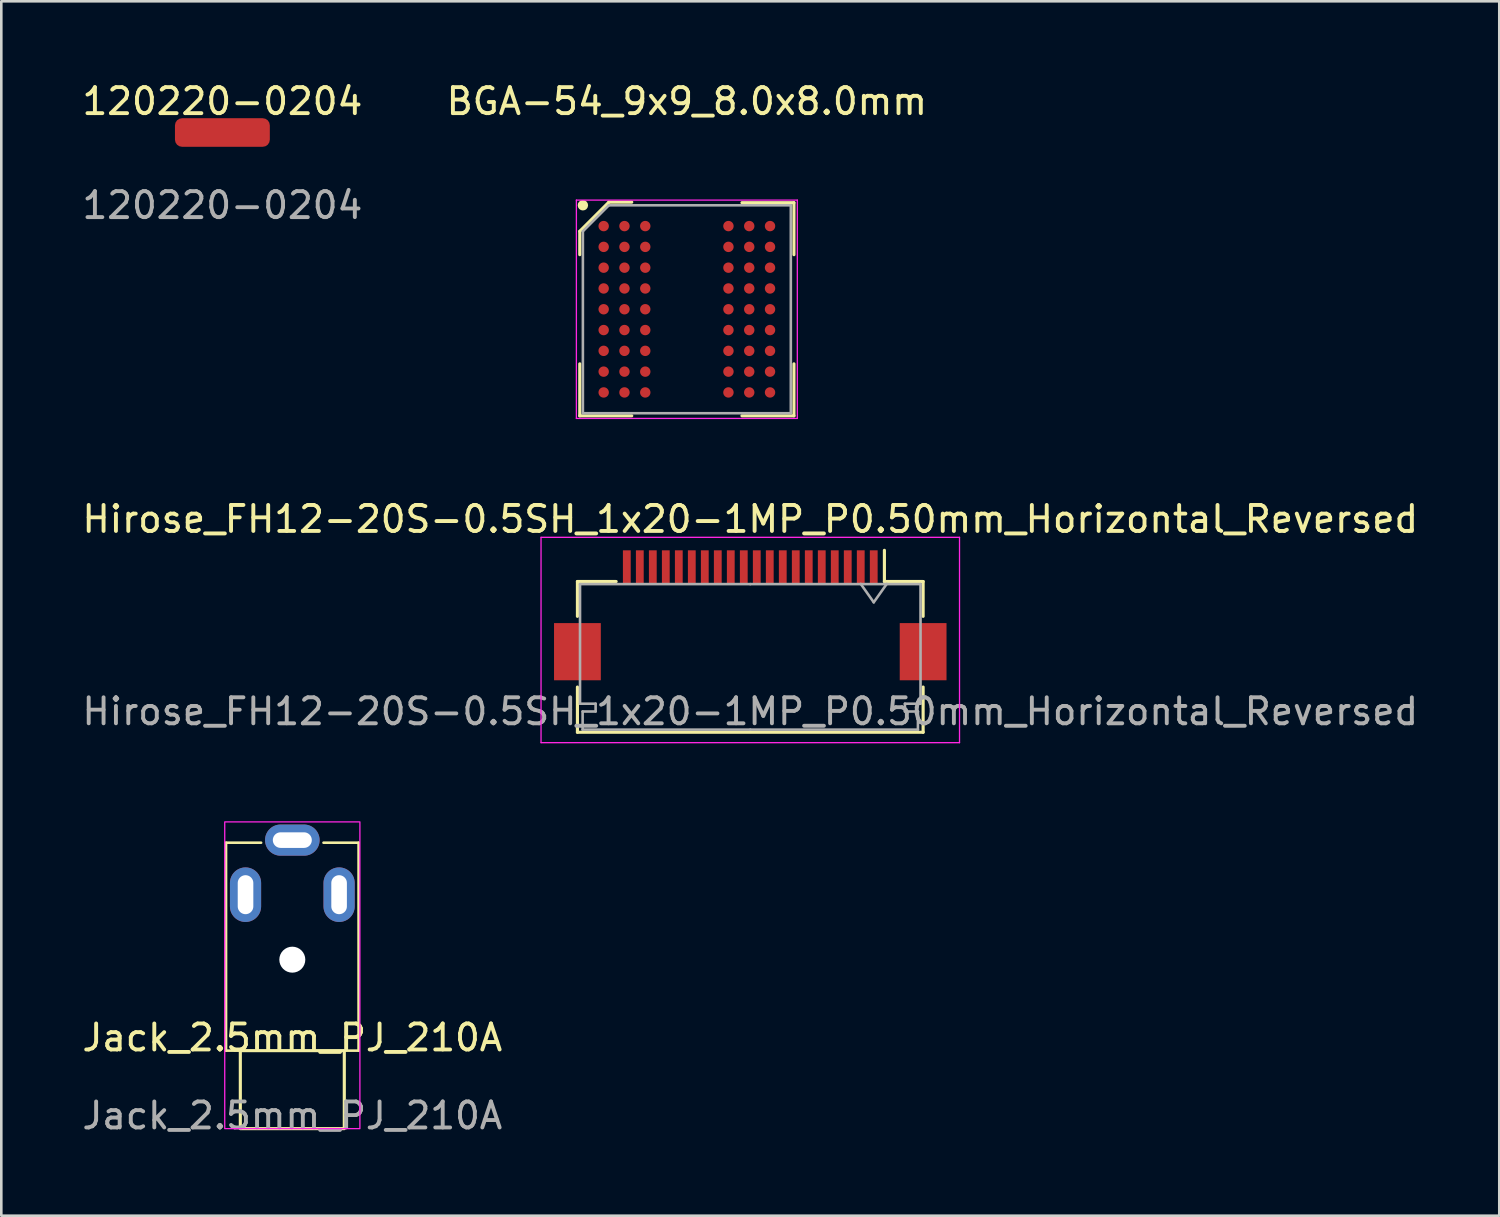
<source format=kicad_pcb>
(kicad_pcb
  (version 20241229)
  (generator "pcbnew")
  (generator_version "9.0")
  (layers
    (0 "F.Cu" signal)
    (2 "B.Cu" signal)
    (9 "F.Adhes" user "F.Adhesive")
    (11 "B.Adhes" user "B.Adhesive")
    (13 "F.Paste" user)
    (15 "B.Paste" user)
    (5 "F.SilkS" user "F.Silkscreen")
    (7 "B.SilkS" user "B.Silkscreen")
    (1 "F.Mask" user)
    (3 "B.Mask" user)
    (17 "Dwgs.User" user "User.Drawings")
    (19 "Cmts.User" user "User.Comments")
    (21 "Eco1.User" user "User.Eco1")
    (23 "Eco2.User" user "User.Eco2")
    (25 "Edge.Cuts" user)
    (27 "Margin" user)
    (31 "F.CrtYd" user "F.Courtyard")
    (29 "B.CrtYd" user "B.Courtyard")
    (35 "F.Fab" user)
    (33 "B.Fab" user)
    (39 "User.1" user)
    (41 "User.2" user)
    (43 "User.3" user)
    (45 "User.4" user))
  (footprint "120220-0204"
    (layer "F.Cu")
    (at 5.506 2.048)
    (property "Reference" "120220-0204" (at 0 -1.2 0) (unlocked yes) (layer "F.SilkS") (effects (font (size 1 1) (thickness 0.15))))
    (attr smd)
    (fp_text user "${REFERENCE}" (at 0 2.8 0) (unlocked yes) (layer "F.Fab") (effects (font (size 1 1) (thickness 0.15))))
    (pad "1" smd roundrect (at 0 0) (size 3.65 1.1) (layers "F.Cu" "F.Mask" "F.Paste") (roundrect_rratio 0.25)))
  (footprint "Jack_2.5mm_PJ_210A"
    (layer "F.Cu")
    (at 8.196 37.371)
    (property "Reference" "Jack_2.5mm_PJ_210A" (at 0 -0.5 0) (unlocked yes) (layer "F.SilkS") (effects (font (size 1 1) (thickness 0.15))))
    (attr through_hole)
    (fp_line (start -2.55 -8) (end -2.55 0) (stroke (width 0.1) (type default)) (layer "F.SilkS"))
    (fp_line (start -2.55 -8) (end -1.2 -8) (stroke (width 0.1) (type default)) (layer "F.SilkS"))
    (fp_line (start -2.55 0) (end -2 0) (stroke (width 0.1) (type default)) (layer "F.SilkS"))
    (fp_line (start 1.2 -8) (end 2.55 -8) (stroke (width 0.1) (type default)) (layer "F.SilkS"))
    (fp_line (start 2.55 -8) (end 2.55 0) (stroke (width 0.1) (type default)) (layer "F.SilkS"))
    (fp_line (start 2.55 0) (end 2 0) (stroke (width 0.1) (type default)) (layer "F.SilkS"))
    (fp_rect (start -2 0) (end 2 3) (stroke (width 0.12) (type solid)) (fill no) (layer "F.SilkS"))
    (fp_rect (start -2.6 -8.8) (end 2.6 3) (stroke (width 0.05) (type default)) (fill no) (layer "F.CrtYd"))
    (fp_text user "${REFERENCE}" (at 0 2.5 0) (unlocked yes) (layer "F.Fab") (effects (font (size 1 1) (thickness 0.15))))
    (pad "" np_thru_hole circle (at 0 -3.5) (size 1 1) (drill 1) (layers "*.Cu" "*.Mask"))
    (pad "S" thru_hole oval (at -1.8 -6) (size 1.2 2.1) (drill oval 0.6 1.5) (layers "*.Cu" "*.Mask"))
    (pad "S" thru_hole oval (at 1.8 -6) (size 1.2 2.1) (drill oval 0.6 1.5) (layers "*.Cu" "*.Mask"))
    (pad "T" thru_hole oval (at 0 -8.1 270) (size 1.2 2.1) (drill oval 0.6 1.5) (layers "*.Cu" "*.Mask")))
  (footprint "Hirose_FH12-20S-0.5SH_1x20-1MP_P0.50mm_Horizontal_Reversed"
    (layer "F.Cu")
    (at 25.815 20.622)
    (property "Reference" "Hirose_FH12-20S-0.5SH_1x20-1MP_P0.50mm_Horizontal_Reversed" (at 0 -3.7 0) (layer "F.SilkS") (effects (font (size 1 1) (thickness 0.15))))
    (attr smd)
    (fp_line (start -6.65 -1.3) (end -6.65 0.04) (stroke (width 0.12) (type solid)) (layer "F.SilkS"))
    (fp_line (start -6.65 2.76) (end -6.65 4.5) (stroke (width 0.12) (type solid)) (layer "F.SilkS"))
    (fp_line (start -6.65 4.5) (end 6.65 4.5) (stroke (width 0.12) (type solid)) (layer "F.SilkS"))
    (fp_line (start -5.16 -1.3) (end -6.65 -1.3) (stroke (width 0.12) (type solid)) (layer "F.SilkS"))
    (fp_line (start 5.16 -1.3) (end 5.16 -2.5) (stroke (width 0.12) (type solid)) (layer "F.SilkS"))
    (fp_line (start 5.16 -1.3) (end 6.65 -1.3) (stroke (width 0.12) (type solid)) (layer "F.SilkS"))
    (fp_line (start 6.65 -1.3) (end 6.65 0.04) (stroke (width 0.12) (type solid)) (layer "F.SilkS"))
    (fp_line (start 6.65 4.5) (end 6.65 2.76) (stroke (width 0.12) (type solid)) (layer "F.SilkS"))
    (fp_line (start -8.05 -3) (end -8.05 4.9) (stroke (width 0.05) (type solid)) (layer "F.CrtYd"))
    (fp_line (start -8.05 4.9) (end 8.05 4.9) (stroke (width 0.05) (type solid)) (layer "F.CrtYd"))
    (fp_line (start 8.05 -3) (end -8.05 -3) (stroke (width 0.05) (type solid)) (layer "F.CrtYd"))
    (fp_line (start 8.05 4.9) (end 8.05 -3) (stroke (width 0.05) (type solid)) (layer "F.CrtYd"))
    (fp_line (start -6.55 -1.2) (end -6.55 3.4) (stroke (width 0.1) (type solid)) (layer "F.Fab"))
    (fp_line (start -6.55 3.4) (end -5.95 3.4) (stroke (width 0.1) (type solid)) (layer "F.Fab"))
    (fp_line (start -6.45 3.7) (end -6.45 4.4) (stroke (width 0.1) (type solid)) (layer "F.Fab"))
    (fp_line (start -6.45 4.4) (end 0 4.4) (stroke (width 0.1) (type solid)) (layer "F.Fab"))
    (fp_line (start -5.95 3.4) (end -5.95 3.7) (stroke (width 0.1) (type solid)) (layer "F.Fab"))
    (fp_line (start -5.95 3.7) (end -6.45 3.7) (stroke (width 0.1) (type solid)) (layer "F.Fab"))
    (fp_line (start 0 -1.2) (end -6.55 -1.2) (stroke (width 0.1) (type solid)) (layer "F.Fab"))
    (fp_line (start 0 -1.2) (end 6.55 -1.2) (stroke (width 0.1) (type solid)) (layer "F.Fab"))
    (fp_line (start 4.25 -1.207) (end 4.75 -0.5) (stroke (width 0.1) (type solid)) (layer "F.Fab"))
    (fp_line (start 4.75 -0.5) (end 5.25 -1.207) (stroke (width 0.1) (type solid)) (layer "F.Fab"))
    (fp_line (start 5.95 3.4) (end 5.95 3.7) (stroke (width 0.1) (type solid)) (layer "F.Fab"))
    (fp_line (start 5.95 3.7) (end 6.45 3.7) (stroke (width 0.1) (type solid)) (layer "F.Fab"))
    (fp_line (start 6.45 3.7) (end 6.45 4.4) (stroke (width 0.1) (type solid)) (layer "F.Fab"))
    (fp_line (start 6.45 4.4) (end 0 4.4) (stroke (width 0.1) (type solid)) (layer "F.Fab"))
    (fp_line (start 6.55 -1.2) (end 6.55 3.4) (stroke (width 0.1) (type solid)) (layer "F.Fab"))
    (fp_line (start 6.55 3.4) (end 5.95 3.4) (stroke (width 0.1) (type solid)) (layer "F.Fab"))
    (fp_text user "${REFERENCE}" (at 0 3.7 0) (layer "F.Fab") (effects (font (size 1 1) (thickness 0.15))))
    (pad "1" smd rect (at 4.75 -1.85) (size 0.3 1.3) (layers "F.Cu" "F.Mask" "F.Paste"))
    (pad "2" smd rect (at 4.25 -1.85) (size 0.3 1.3) (layers "F.Cu" "F.Mask" "F.Paste"))
    (pad "3" smd rect (at 3.75 -1.85) (size 0.3 1.3) (layers "F.Cu" "F.Mask" "F.Paste"))
    (pad "4" smd rect (at 3.25 -1.85) (size 0.3 1.3) (layers "F.Cu" "F.Mask" "F.Paste"))
    (pad "5" smd rect (at 2.75 -1.85) (size 0.3 1.3) (layers "F.Cu" "F.Mask" "F.Paste"))
    (pad "6" smd rect (at 2.25 -1.85) (size 0.3 1.3) (layers "F.Cu" "F.Mask" "F.Paste"))
    (pad "7" smd rect (at 1.75 -1.85) (size 0.3 1.3) (layers "F.Cu" "F.Mask" "F.Paste"))
    (pad "8" smd rect (at 1.25 -1.85) (size 0.3 1.3) (layers "F.Cu" "F.Mask" "F.Paste"))
    (pad "9" smd rect (at 0.75 -1.85) (size 0.3 1.3) (layers "F.Cu" "F.Mask" "F.Paste"))
    (pad "10" smd rect (at 0.25 -1.85) (size 0.3 1.3) (layers "F.Cu" "F.Mask" "F.Paste"))
    (pad "11" smd rect (at -0.25 -1.85) (size 0.3 1.3) (layers "F.Cu" "F.Mask" "F.Paste"))
    (pad "12" smd rect (at -0.75 -1.85) (size 0.3 1.3) (layers "F.Cu" "F.Mask" "F.Paste"))
    (pad "13" smd rect (at -1.25 -1.85) (size 0.3 1.3) (layers "F.Cu" "F.Mask" "F.Paste"))
    (pad "14" smd rect (at -1.75 -1.85) (size 0.3 1.3) (layers "F.Cu" "F.Mask" "F.Paste"))
    (pad "15" smd rect (at -2.25 -1.85) (size 0.3 1.3) (layers "F.Cu" "F.Mask" "F.Paste"))
    (pad "16" smd rect (at -2.75 -1.85) (size 0.3 1.3) (layers "F.Cu" "F.Mask" "F.Paste"))
    (pad "17" smd rect (at -3.25 -1.85) (size 0.3 1.3) (layers "F.Cu" "F.Mask" "F.Paste"))
    (pad "18" smd rect (at -3.75 -1.85) (size 0.3 1.3) (layers "F.Cu" "F.Mask" "F.Paste"))
    (pad "19" smd rect (at -4.25 -1.85) (size 0.3 1.3) (layers "F.Cu" "F.Mask" "F.Paste"))
    (pad "20" smd rect (at -4.75 -1.85) (size 0.3 1.3) (layers "F.Cu" "F.Mask" "F.Paste"))
    (pad "MP" smd rect (at -6.65 1.4) (size 1.8 2.2) (layers "F.Cu" "F.Mask" "F.Paste"))
    (pad "MP" smd rect (at 6.65 1.4) (size 1.8 2.2) (layers "F.Cu" "F.Mask" "F.Paste")))
  (footprint "BGA-54_9x9_8.0x8.0mm"
    (layer "F.Cu")
    (at 23.375 8.848)
    (property "Reference" "BGA-54_9x9_8.0x8.0mm" (at 0 -8 0) (layer "F.SilkS") (effects (font (size 1 1) (thickness 0.15))))
    (attr smd)
    (fp_line (start -4.12 -3) (end -4.12 -2.1) (stroke (width 0.12) (type solid)) (layer "F.SilkS"))
    (fp_line (start -4.12 4.1) (end -4.12 2.1) (stroke (width 0.12) (type solid)) (layer "F.SilkS"))
    (fp_line (start -3 -4.12) (end -4.12 -3) (stroke (width 0.12) (type solid)) (layer "F.SilkS"))
    (fp_line (start -2.12 -4.12) (end -3 -4.12) (stroke (width 0.12) (type solid)) (layer "F.SilkS"))
    (fp_line (start -2.12 4.1) (end -4.12 4.1) (stroke (width 0.12) (type solid)) (layer "F.SilkS"))
    (fp_line (start 2.12 -4.1) (end 4.12 -4.1) (stroke (width 0.12) (type solid)) (layer "F.SilkS"))
    (fp_line (start 2.12 4.1) (end 4.12 4.1) (stroke (width 0.12) (type solid)) (layer "F.SilkS"))
    (fp_line (start 4.12 -4.1) (end 4.12 -2.1) (stroke (width 0.12) (type solid)) (layer "F.SilkS"))
    (fp_line (start 4.12 4.1) (end 4.12 2.1) (stroke (width 0.12) (type solid)) (layer "F.SilkS"))
    (fp_circle (center -4 -4) (end -4 -3.9) (stroke (width 0.2) (type solid)) (fill no) (layer "F.SilkS"))
    (fp_line (start -4.25 -4.2) (end 4.25 -4.2) (stroke (width 0.05) (type solid)) (layer "F.CrtYd"))
    (fp_line (start -4.25 4.2) (end -4.25 -4.2) (stroke (width 0.05) (type solid)) (layer "F.CrtYd"))
    (fp_line (start 4.25 -4.2) (end 4.25 4.2) (stroke (width 0.05) (type solid)) (layer "F.CrtYd"))
    (fp_line (start 4.25 4.2) (end -4.25 4.2) (stroke (width 0.05) (type solid)) (layer "F.CrtYd"))
    (fp_line (start -4 -3) (end -4 4) (stroke (width 0.1) (type solid)) (layer "F.Fab"))
    (fp_line (start -4 4) (end 4 4) (stroke (width 0.1) (type solid)) (layer "F.Fab"))
    (fp_line (start -3 -4) (end -4 -3) (stroke (width 0.1) (type solid)) (layer "F.Fab"))
    (fp_line (start 4 -4) (end -3 -4) (stroke (width 0.1) (type solid)) (layer "F.Fab"))
    (fp_line (start 4 4) (end 4 -4) (stroke (width 0.1) (type solid)) (layer "F.Fab"))
    (pad "A1" smd circle (at -3.2 -3.2) (size 0.4 0.4) (layers "F.Cu" "F.Mask" "F.Paste"))
    (pad "A2" smd circle (at -2.4 -3.2) (size 0.4 0.4) (layers "F.Cu" "F.Mask" "F.Paste"))
    (pad "A3" smd circle (at -1.6 -3.2) (size 0.4 0.4) (layers "F.Cu" "F.Mask" "F.Paste"))
    (pad "A7" smd circle (at 1.6 -3.2) (size 0.4 0.4) (layers "F.Cu" "F.Mask" "F.Paste"))
    (pad "A8" smd circle (at 2.4 -3.2) (size 0.4 0.4) (layers "F.Cu" "F.Mask" "F.Paste"))
    (pad "A9" smd circle (at 3.2 -3.2) (size 0.4 0.4) (layers "F.Cu" "F.Mask" "F.Paste"))
    (pad "B1" smd circle (at -3.2 -2.4) (size 0.4 0.4) (layers "F.Cu" "F.Mask" "F.Paste"))
    (pad "B2" smd circle (at -2.4 -2.4) (size 0.4 0.4) (layers "F.Cu" "F.Mask" "F.Paste"))
    (pad "B3" smd circle (at -1.6 -2.4) (size 0.4 0.4) (layers "F.Cu" "F.Mask" "F.Paste"))
    (pad "B7" smd circle (at 1.6 -2.4) (size 0.4 0.4) (layers "F.Cu" "F.Mask" "F.Paste"))
    (pad "B8" smd circle (at 2.4 -2.4) (size 0.4 0.4) (layers "F.Cu" "F.Mask" "F.Paste"))
    (pad "B9" smd circle (at 3.2 -2.4) (size 0.4 0.4) (layers "F.Cu" "F.Mask" "F.Paste"))
    (pad "C1" smd circle (at -3.2 -1.6) (size 0.4 0.4) (layers "F.Cu" "F.Mask" "F.Paste"))
    (pad "C2" smd circle (at -2.4 -1.6) (size 0.4 0.4) (layers "F.Cu" "F.Mask" "F.Paste"))
    (pad "C3" smd circle (at -1.6 -1.6) (size 0.4 0.4) (layers "F.Cu" "F.Mask" "F.Paste"))
    (pad "C7" smd circle (at 1.6 -1.6) (size 0.4 0.4) (layers "F.Cu" "F.Mask" "F.Paste"))
    (pad "C8" smd circle (at 2.4 -1.6) (size 0.4 0.4) (layers "F.Cu" "F.Mask" "F.Paste"))
    (pad "C9" smd circle (at 3.2 -1.6) (size 0.4 0.4) (layers "F.Cu" "F.Mask" "F.Paste"))
    (pad "D1" smd circle (at -3.2 -0.8) (size 0.4 0.4) (layers "F.Cu" "F.Mask" "F.Paste"))
    (pad "D2" smd circle (at -2.4 -0.8) (size 0.4 0.4) (layers "F.Cu" "F.Mask" "F.Paste"))
    (pad "D3" smd circle (at -1.6 -0.8) (size 0.4 0.4) (layers "F.Cu" "F.Mask" "F.Paste"))
    (pad "D7" smd circle (at 1.6 -0.8) (size 0.4 0.4) (layers "F.Cu" "F.Mask" "F.Paste"))
    (pad "D8" smd circle (at 2.4 -0.8) (size 0.4 0.4) (layers "F.Cu" "F.Mask" "F.Paste"))
    (pad "D9" smd circle (at 3.2 -0.8) (size 0.4 0.4) (layers "F.Cu" "F.Mask" "F.Paste"))
    (pad "E1" smd circle (at -3.2 0) (size 0.4 0.4) (layers "F.Cu" "F.Mask" "F.Paste"))
    (pad "E2" smd circle (at -2.4 0) (size 0.4 0.4) (layers "F.Cu" "F.Mask" "F.Paste"))
    (pad "E3" smd circle (at -1.6 0) (size 0.4 0.4) (layers "F.Cu" "F.Mask" "F.Paste"))
    (pad "E7" smd circle (at 1.6 0) (size 0.4 0.4) (layers "F.Cu" "F.Mask" "F.Paste"))
    (pad "E8" smd circle (at 2.4 0) (size 0.4 0.4) (layers "F.Cu" "F.Mask" "F.Paste"))
    (pad "E9" smd circle (at 3.2 0) (size 0.4 0.4) (layers "F.Cu" "F.Mask" "F.Paste"))
    (pad "F1" smd circle (at -3.2 0.8) (size 0.4 0.4) (layers "F.Cu" "F.Mask" "F.Paste"))
    (pad "F2" smd circle (at -2.4 0.8) (size 0.4 0.4) (layers "F.Cu" "F.Mask" "F.Paste"))
    (pad "F3" smd circle (at -1.6 0.8) (size 0.4 0.4) (layers "F.Cu" "F.Mask" "F.Paste"))
    (pad "F7" smd circle (at 1.6 0.8) (size 0.4 0.4) (layers "F.Cu" "F.Mask" "F.Paste"))
    (pad "F8" smd circle (at 2.4 0.8) (size 0.4 0.4) (layers "F.Cu" "F.Mask" "F.Paste"))
    (pad "F9" smd circle (at 3.2 0.8) (size 0.4 0.4) (layers "F.Cu" "F.Mask" "F.Paste"))
    (pad "G1" smd circle (at -3.2 1.6) (size 0.4 0.4) (layers "F.Cu" "F.Mask" "F.Paste"))
    (pad "G2" smd circle (at -2.4 1.6) (size 0.4 0.4) (layers "F.Cu" "F.Mask" "F.Paste"))
    (pad "G3" smd circle (at -1.6 1.6) (size 0.4 0.4) (layers "F.Cu" "F.Mask" "F.Paste"))
    (pad "G7" smd circle (at 1.6 1.6) (size 0.4 0.4) (layers "F.Cu" "F.Mask" "F.Paste"))
    (pad "G8" smd circle (at 2.4 1.6) (size 0.4 0.4) (layers "F.Cu" "F.Mask" "F.Paste"))
    (pad "G9" smd circle (at 3.2 1.6) (size 0.4 0.4) (layers "F.Cu" "F.Mask" "F.Paste"))
    (pad "H1" smd circle (at -3.2 2.4) (size 0.4 0.4) (layers "F.Cu" "F.Mask" "F.Paste"))
    (pad "H2" smd circle (at -2.4 2.4) (size 0.4 0.4) (layers "F.Cu" "F.Mask" "F.Paste"))
    (pad "H3" smd circle (at -1.6 2.4) (size 0.4 0.4) (layers "F.Cu" "F.Mask" "F.Paste"))
    (pad "H7" smd circle (at 1.6 2.4) (size 0.4 0.4) (layers "F.Cu" "F.Mask" "F.Paste"))
    (pad "H8" smd circle (at 2.4 2.4) (size 0.4 0.4) (layers "F.Cu" "F.Mask" "F.Paste"))
    (pad "H9" smd circle (at 3.2 2.4) (size 0.4 0.4) (layers "F.Cu" "F.Mask" "F.Paste"))
    (pad "J1" smd circle (at -3.2 3.2) (size 0.4 0.4) (layers "F.Cu" "F.Mask" "F.Paste"))
    (pad "J2" smd circle (at -2.4 3.2) (size 0.4 0.4) (layers "F.Cu" "F.Mask" "F.Paste"))
    (pad "J3" smd circle (at -1.6 3.2) (size 0.4 0.4) (layers "F.Cu" "F.Mask" "F.Paste"))
    (pad "J7" smd circle (at 1.6 3.2) (size 0.4 0.4) (layers "F.Cu" "F.Mask" "F.Paste"))
    (pad "J8" smd circle (at 2.4 3.2) (size 0.4 0.4) (layers "F.Cu" "F.Mask" "F.Paste"))
    (pad "J9" smd circle (at 3.2 3.2) (size 0.4 0.4) (layers "F.Cu" "F.Mask" "F.Paste")))
  (gr_rect
    (start -3 -3)
    (end 54.631 43.72)
    (stroke (width 0.1) (type default))
    (fill no)
    (layer "Edge.Cuts")))
</source>
